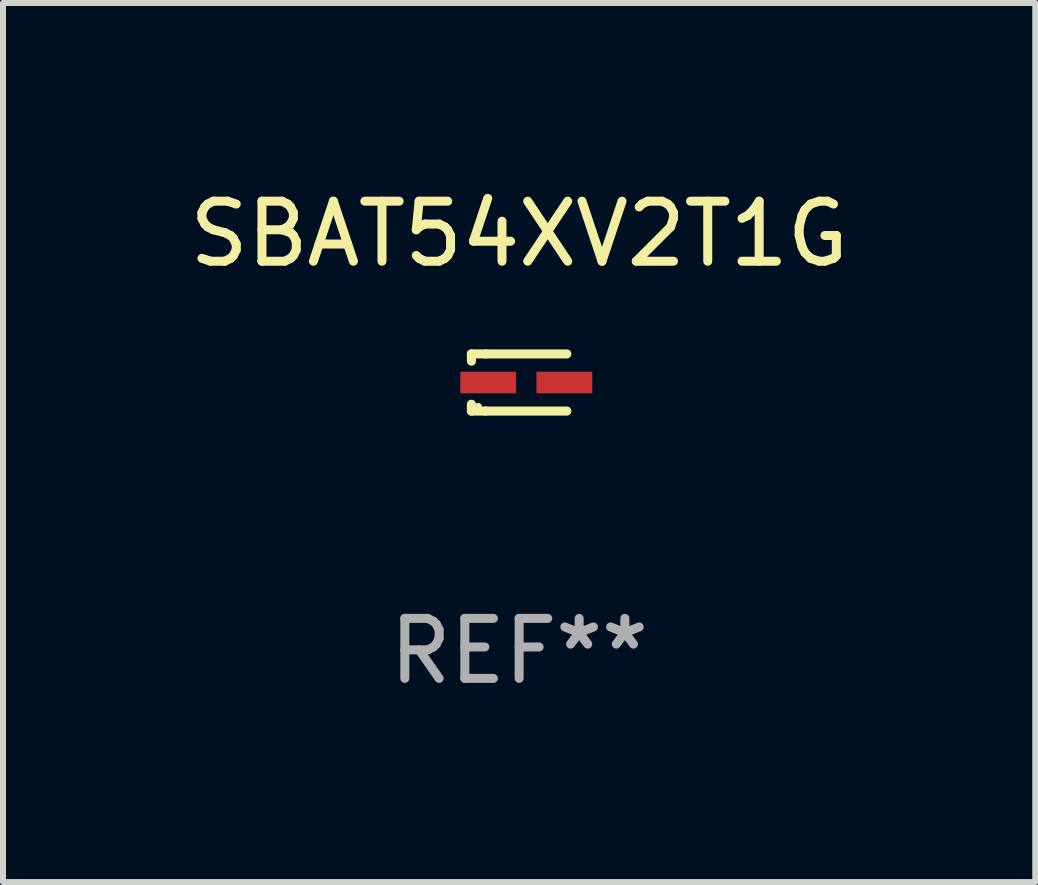
<source format=kicad_pcb>
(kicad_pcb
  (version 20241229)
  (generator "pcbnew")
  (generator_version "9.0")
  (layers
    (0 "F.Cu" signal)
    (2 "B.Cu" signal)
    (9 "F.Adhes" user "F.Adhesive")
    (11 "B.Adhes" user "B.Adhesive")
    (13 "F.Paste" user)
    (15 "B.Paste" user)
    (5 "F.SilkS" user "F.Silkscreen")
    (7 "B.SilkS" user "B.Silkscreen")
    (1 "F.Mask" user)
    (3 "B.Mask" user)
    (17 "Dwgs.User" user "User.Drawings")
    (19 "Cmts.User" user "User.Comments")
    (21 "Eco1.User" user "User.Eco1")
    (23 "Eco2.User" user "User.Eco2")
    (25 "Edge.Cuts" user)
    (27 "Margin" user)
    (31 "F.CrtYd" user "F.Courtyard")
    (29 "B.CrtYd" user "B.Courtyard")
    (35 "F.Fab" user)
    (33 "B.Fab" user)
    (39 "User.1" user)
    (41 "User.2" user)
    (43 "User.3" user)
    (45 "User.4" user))
  (footprint "SBAT54XV2T1G"
    (layer "F.Cu")
    (at 5.601 3.324)
    (property "Reference" "SBAT54XV2T1G" (at 0 -2.476 0) (layer "F.SilkS") (effects (font (size 1 1) (thickness 0.15))))
    (attr through_hole)
    (fp_line (start -0.795 -0.476) (end -0.795 -0.356) (stroke (width 0.152) (type solid)) (layer "F.SilkS"))
    (fp_line (start -0.795 0.363) (end -0.795 0.476) (stroke (width 0.152) (type solid)) (layer "F.SilkS"))
    (fp_line (start -0.795 0.476) (end -0.557 0.476) (stroke (width 0.152) (type solid)) (layer "F.SilkS"))
    (fp_line (start -0.557 -0.476) (end -0.795 -0.476) (stroke (width 0.152) (type solid)) (layer "F.SilkS"))
    (fp_line (start -0.557 -0.476) (end 0.795 -0.476) (stroke (width 0.152) (type solid)) (layer "F.SilkS"))
    (fp_line (start -0.557 0.476) (end 0.795 0.476) (stroke (width 0.152) (type solid)) (layer "F.SilkS"))
    (fp_circle (center -0.681 0.4) (end -0.651 0.4) (stroke (width 0.06) (type solid)) (fill no) (layer "F.SilkS"))
    (fp_text user "REF**" (at 0 4.476 0) (layer "F.Fab") (effects (font (size 1 1) (thickness 0.15))))
    (pad "1" smd rect (at -0.516 0 180) (size 0.93 0.36) (layers "F.Cu" "F.Mask" "F.Paste"))
    (pad "2" smd rect (at 0.754 0 180) (size 0.93 0.36) (layers "F.Cu" "F.Mask" "F.Paste")))
  (gr_rect
    (start -3 -3)
    (end 14.202 11.649)
    (stroke (width 0.1) (type default))
    (fill no)
    (layer "Edge.Cuts")))
</source>
